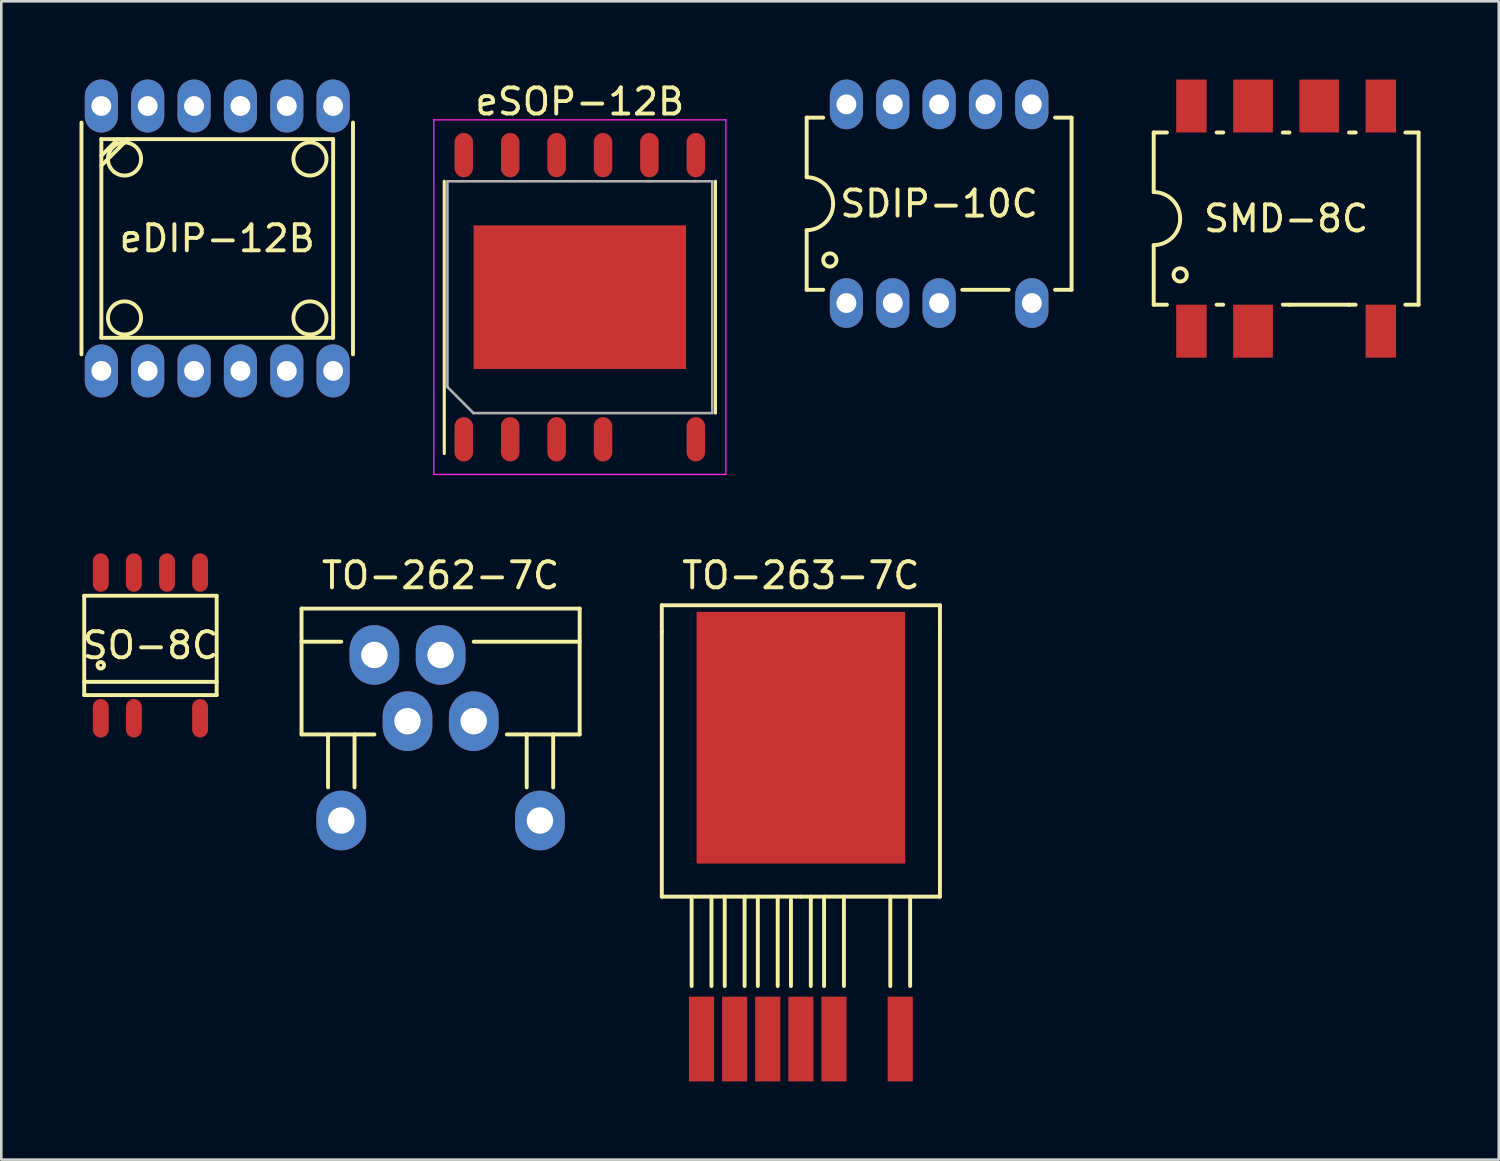
<source format=kicad_pcb>
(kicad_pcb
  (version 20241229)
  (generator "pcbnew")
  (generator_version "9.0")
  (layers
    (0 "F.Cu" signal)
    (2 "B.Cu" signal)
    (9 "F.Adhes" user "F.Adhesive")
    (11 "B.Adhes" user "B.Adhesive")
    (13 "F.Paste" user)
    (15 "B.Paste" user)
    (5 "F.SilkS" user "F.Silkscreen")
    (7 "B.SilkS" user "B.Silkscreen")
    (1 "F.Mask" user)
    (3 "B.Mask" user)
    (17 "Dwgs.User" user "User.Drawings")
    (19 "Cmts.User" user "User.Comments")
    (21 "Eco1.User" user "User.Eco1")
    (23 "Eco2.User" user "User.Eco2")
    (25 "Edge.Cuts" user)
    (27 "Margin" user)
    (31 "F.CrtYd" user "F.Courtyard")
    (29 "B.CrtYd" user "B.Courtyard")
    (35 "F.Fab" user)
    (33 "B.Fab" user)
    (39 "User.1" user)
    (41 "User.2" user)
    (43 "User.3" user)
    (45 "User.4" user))
  (footprint "TO-262-7C"
    (layer "F.Cu")
    (at 13.849 23.34)
    (property "Reference" "TO-262-7C" (at 0 -4.318 0) (layer "F.SilkS") (effects (font (size 1 1) (thickness 0.15))))
    (attr through_hole)
    (fp_line (start -5.334 -3.048) (end -5.334 1.778) (stroke (width 0.15) (type solid)) (layer "F.SilkS"))
    (fp_line (start -5.334 -1.778) (end -3.81 -1.778) (stroke (width 0.15) (type solid)) (layer "F.SilkS"))
    (fp_line (start -5.334 1.778) (end -2.54 1.778) (stroke (width 0.15) (type solid)) (layer "F.SilkS"))
    (fp_line (start -4.318 3.81) (end -4.318 1.778) (stroke (width 0.15) (type solid)) (layer "F.SilkS"))
    (fp_line (start -3.302 3.81) (end -3.302 1.778) (stroke (width 0.15) (type solid)) (layer "F.SilkS"))
    (fp_line (start 3.302 3.81) (end 3.302 1.778) (stroke (width 0.15) (type solid)) (layer "F.SilkS"))
    (fp_line (start 4.318 3.81) (end 4.318 1.778) (stroke (width 0.15) (type solid)) (layer "F.SilkS"))
    (fp_line (start 5.334 -3.048) (end -5.334 -3.048) (stroke (width 0.15) (type solid)) (layer "F.SilkS"))
    (fp_line (start 5.334 -3.048) (end 5.334 1.778) (stroke (width 0.15) (type solid)) (layer "F.SilkS"))
    (fp_line (start 5.334 -1.778) (end 1.27 -1.778) (stroke (width 0.15) (type solid)) (layer "F.SilkS"))
    (fp_line (start 5.334 1.778) (end 2.54 1.778) (stroke (width 0.15) (type solid)) (layer "F.SilkS"))
    (pad "1" thru_hole oval (at -3.81 5.08) (size 1.905 2.286) (drill 1.016) (layers "*.Cu" "*.Mask"))
    (pad "2" thru_hole oval (at -2.54 -1.27) (size 1.905 2.286) (drill 1.016) (layers "*.Cu" "*.Mask"))
    (pad "3" thru_hole oval (at -1.27 1.27) (size 1.905 2.286) (drill 1.016) (layers "*.Cu" "*.Mask"))
    (pad "4" thru_hole oval (at 0 -1.27) (size 1.905 2.286) (drill 1.016) (layers "*.Cu" "*.Mask"))
    (pad "5" thru_hole oval (at 1.27 1.27) (size 1.905 2.286) (drill 1.016) (layers "*.Cu" "*.Mask"))
    (pad "7" thru_hole oval (at 3.81 5.08) (size 1.905 2.286) (drill 1.016) (layers "*.Cu" "*.Mask")))
  (footprint "SMD-8C"
    (layer "F.Cu")
    (at 46.279 5.334)
    (property "Reference" "SMD-8C" (at 0 0 0) (layer "F.SilkS") (effects (font (size 1 1) (thickness 0.15))))
    (attr through_hole)
    (fp_line (start -5.08 -3.302) (end -5.08 -1.016) (stroke (width 0.15) (type solid)) (layer "F.SilkS"))
    (fp_line (start -5.08 -3.302) (end -4.572 -3.302) (stroke (width 0.15) (type solid)) (layer "F.SilkS"))
    (fp_line (start -5.08 1.016) (end -5.08 3.302) (stroke (width 0.15) (type solid)) (layer "F.SilkS"))
    (fp_line (start -5.08 3.302) (end -4.572 3.302) (stroke (width 0.15) (type solid)) (layer "F.SilkS"))
    (fp_line (start -2.667 -3.302) (end -2.413 -3.302) (stroke (width 0.15) (type solid)) (layer "F.SilkS"))
    (fp_line (start -2.667 3.302) (end -2.413 3.302) (stroke (width 0.15) (type solid)) (layer "F.SilkS"))
    (fp_line (start -0.127 -3.302) (end 0.127 -3.302) (stroke (width 0.15) (type solid)) (layer "F.SilkS"))
    (fp_line (start -0.127 3.302) (end 0.127 3.302) (stroke (width 0.15) (type solid)) (layer "F.SilkS"))
    (fp_line (start 0.127 3.302) (end 2.413 3.302) (stroke (width 0.15) (type solid)) (layer "F.SilkS"))
    (fp_line (start 2.413 -3.302) (end 2.667 -3.302) (stroke (width 0.15) (type solid)) (layer "F.SilkS"))
    (fp_line (start 2.413 3.302) (end 2.667 3.302) (stroke (width 0.15) (type solid)) (layer "F.SilkS"))
    (fp_line (start 5.08 -3.302) (end 4.572 -3.302) (stroke (width 0.15) (type solid)) (layer "F.SilkS"))
    (fp_line (start 5.08 -3.302) (end 5.08 3.302) (stroke (width 0.15) (type solid)) (layer "F.SilkS"))
    (fp_line (start 5.08 3.302) (end 4.572 3.302) (stroke (width 0.15) (type solid)) (layer "F.SilkS"))
    (fp_arc (start -5.08 -1.016) (mid -4.36158 -0.71842) (end -4.064 0) (stroke (width 0.15) (type solid)) (layer "F.SilkS"))
    (fp_arc (start -4.064 0) (mid -4.36158 0.71842) (end -5.08 1.016) (stroke (width 0.15) (type solid)) (layer "F.SilkS"))
    (fp_circle (center -4.064 2.159) (end -3.81 2.159) (stroke (width 0.15) (type solid)) (fill no) (layer "F.SilkS"))
    (pad "1" smd rect (at -3.632 4.318) (size 1.168 2.032) (layers "F.Cu" "F.Mask" "F.Paste"))
    (pad "2" smd rect (at -1.27 4.318) (size 1.524 2.032) (layers "F.Cu" "F.Mask" "F.Paste"))
    (pad "4" smd rect (at 3.632 4.318) (size 1.168 2.032) (layers "F.Cu" "F.Mask" "F.Paste"))
    (pad "5" smd rect (at 3.632 -4.318) (size 1.168 2.032) (layers "F.Cu" "F.Mask" "F.Paste"))
    (pad "6" smd rect (at 1.27 -4.318) (size 1.524 2.032) (layers "F.Cu" "F.Mask" "F.Paste"))
    (pad "7" smd rect (at -1.27 -4.318) (size 1.524 2.032) (layers "F.Cu" "F.Mask" "F.Paste"))
    (pad "8" smd rect (at -3.632 -4.318) (size 1.168 2.032) (layers "F.Cu" "F.Mask" "F.Paste")))
  (footprint "SO-8C"
    (layer "F.Cu")
    (at 2.72 21.704)
    (property "Reference" "SO-8C" (at 0 0 0) (layer "F.SilkS") (effects (font (size 1 1) (thickness 0.15))))
    (attr through_hole)
    (fp_line (start -2.54 -1.905) (end 2.54 -1.905) (stroke (width 0.15) (type solid)) (layer "F.SilkS"))
    (fp_line (start -2.54 1.397) (end 2.54 1.397) (stroke (width 0.15) (type solid)) (layer "F.SilkS"))
    (fp_line (start -2.54 1.905) (end -2.54 -1.905) (stroke (width 0.15) (type solid)) (layer "F.SilkS"))
    (fp_line (start -2.54 1.905) (end 2.54 1.905) (stroke (width 0.15) (type solid)) (layer "F.SilkS"))
    (fp_line (start 2.54 1.905) (end 2.54 -1.905) (stroke (width 0.15) (type solid)) (layer "F.SilkS"))
    (fp_circle (center -1.905 0.762) (end -1.778 0.762) (stroke (width 0.15) (type solid)) (fill no) (layer "F.SilkS"))
    (pad "1" smd oval (at -1.905 2.794) (size 0.61 1.473) (layers "F.Cu" "F.Mask" "F.Paste"))
    (pad "2" smd oval (at -0.635 2.794) (size 0.61 1.473) (layers "F.Cu" "F.Mask" "F.Paste"))
    (pad "4" smd oval (at 1.905 2.794) (size 0.61 1.473) (layers "F.Cu" "F.Mask" "F.Paste"))
    (pad "5" smd oval (at 1.905 -2.794) (size 0.61 1.473) (layers "F.Cu" "F.Mask" "F.Paste"))
    (pad "6" smd oval (at 0.635 -2.794) (size 0.61 1.473) (layers "F.Cu" "F.Mask" "F.Paste"))
    (pad "7" smd oval (at -0.635 -2.794) (size 0.61 1.473) (layers "F.Cu" "F.Mask" "F.Paste"))
    (pad "8" smd oval (at -1.905 -2.794) (size 0.61 1.473) (layers "F.Cu" "F.Mask" "F.Paste")))
  (footprint "SDIP-10C"
    (layer "F.Cu")
    (at 32.969 4.763)
    (property "Reference" "SDIP-10C" (at 0 0 0) (layer "F.SilkS") (effects (font (size 1 1) (thickness 0.15))))
    (attr through_hole)
    (fp_line (start -5.08 -3.302) (end -5.08 -1.016) (stroke (width 0.15) (type solid)) (layer "F.SilkS"))
    (fp_line (start -5.08 -3.302) (end -4.445 -3.302) (stroke (width 0.15) (type solid)) (layer "F.SilkS"))
    (fp_line (start -5.08 1.016) (end -5.08 3.302) (stroke (width 0.15) (type solid)) (layer "F.SilkS"))
    (fp_line (start -5.08 3.302) (end -4.445 3.302) (stroke (width 0.15) (type solid)) (layer "F.SilkS"))
    (fp_line (start 2.667 3.302) (end 0.889 3.302) (stroke (width 0.15) (type solid)) (layer "F.SilkS"))
    (fp_line (start 5.08 -3.302) (end 4.445 -3.302) (stroke (width 0.15) (type solid)) (layer "F.SilkS"))
    (fp_line (start 5.08 3.302) (end 4.445 3.302) (stroke (width 0.15) (type solid)) (layer "F.SilkS"))
    (fp_line (start 5.08 3.302) (end 5.08 -3.302) (stroke (width 0.15) (type solid)) (layer "F.SilkS"))
    (fp_arc (start -5.08 -1.016) (mid -4.36158 -0.71842) (end -4.064 0) (stroke (width 0.15) (type solid)) (layer "F.SilkS"))
    (fp_arc (start -4.064 0) (mid -4.36158 0.71842) (end -5.08 1.016) (stroke (width 0.15) (type solid)) (layer "F.SilkS"))
    (fp_circle (center -4.191 2.159) (end -3.937 2.159) (stroke (width 0.15) (type solid)) (fill no) (layer "F.SilkS"))
    (pad "1" thru_hole oval (at -3.556 3.81) (size 1.27 1.905) (drill 0.762) (layers "*.Cu" "*.Mask"))
    (pad "2" thru_hole oval (at -1.778 3.81) (size 1.27 1.905) (drill 0.762) (layers "*.Cu" "*.Mask"))
    (pad "3" thru_hole oval (at 0 3.81) (size 1.27 1.905) (drill 0.762) (layers "*.Cu" "*.Mask"))
    (pad "5" thru_hole oval (at 3.556 3.81) (size 1.27 1.905) (drill 0.762) (layers "*.Cu" "*.Mask"))
    (pad "6" thru_hole oval (at 3.556 -3.81) (size 1.27 1.905) (drill 0.762) (layers "*.Cu" "*.Mask"))
    (pad "7" thru_hole oval (at 1.778 -3.81) (size 1.27 1.905) (drill 0.762) (layers "*.Cu" "*.Mask"))
    (pad "8" thru_hole oval (at 0 -3.81) (size 1.27 1.905) (drill 0.762) (layers "*.Cu" "*.Mask"))
    (pad "9" thru_hole oval (at -1.778 -3.81) (size 1.27 1.905) (drill 0.762) (layers "*.Cu" "*.Mask"))
    (pad "10" thru_hole oval (at -3.556 -3.81) (size 1.27 1.905) (drill 0.762) (layers "*.Cu" "*.Mask")))
  (footprint "eDIP-12B"
    (layer "F.Cu")
    (at 5.282 6.096)
    (property "Reference" "eDIP-12B" (at 0 0 0) (layer "F.SilkS") (effects (font (size 1 1) (thickness 0.15))))
    (attr through_hole)
    (fp_line (start -5.207 4.445) (end -5.207 -4.445) (stroke (width 0.15) (type solid)) (layer "F.SilkS"))
    (fp_line (start -4.445 -3.81) (end -4.445 3.81) (stroke (width 0.15) (type solid)) (layer "F.SilkS"))
    (fp_line (start -4.445 -2.794) (end -3.429 -3.81) (stroke (width 0.15) (type solid)) (layer "F.SilkS"))
    (fp_line (start -4.445 3.81) (end 4.445 3.81) (stroke (width 0.15) (type solid)) (layer "F.SilkS"))
    (fp_line (start -3.81 -3.81) (end -4.445 -3.175) (stroke (width 0.15) (type solid)) (layer "F.SilkS"))
    (fp_line (start 4.445 -3.81) (end -4.445 -3.81) (stroke (width 0.15) (type solid)) (layer "F.SilkS"))
    (fp_line (start 4.445 3.81) (end 4.445 -3.81) (stroke (width 0.15) (type solid)) (layer "F.SilkS"))
    (fp_line (start 5.207 -4.445) (end 5.207 4.445) (stroke (width 0.15) (type solid)) (layer "F.SilkS"))
    (fp_circle (center -3.556 -3.048) (end -3.556 -3.683) (stroke (width 0.15) (type solid)) (fill no) (layer "F.SilkS"))
    (fp_circle (center -3.556 3.048) (end -3.556 3.683) (stroke (width 0.15) (type solid)) (fill no) (layer "F.SilkS"))
    (fp_circle (center 3.556 -3.048) (end 4.191 -3.048) (stroke (width 0.15) (type solid)) (fill no) (layer "F.SilkS"))
    (fp_circle (center 3.556 3.048) (end 4.191 3.048) (stroke (width 0.15) (type solid)) (fill no) (layer "F.SilkS"))
    (pad "1" thru_hole oval (at -4.445 -5.08) (size 1.27 2.032) (drill 0.762) (layers "*.Cu" "*.Mask"))
    (pad "2" thru_hole oval (at -2.667 -5.08) (size 1.27 2.032) (drill 0.762) (layers "*.Cu" "*.Mask"))
    (pad "3" thru_hole oval (at -0.889 -5.08) (size 1.27 2.032) (drill 0.762) (layers "*.Cu" "*.Mask"))
    (pad "4" thru_hole oval (at 0.889 -5.08) (size 1.27 2.032) (drill 0.762) (layers "*.Cu" "*.Mask"))
    (pad "5" thru_hole oval (at 2.667 -5.08) (size 1.27 2.032) (drill 0.762) (layers "*.Cu" "*.Mask"))
    (pad "6" thru_hole oval (at 4.445 -5.08) (size 1.27 2.032) (drill 0.762) (layers "*.Cu" "*.Mask"))
    (pad "7" thru_hole oval (at 4.445 5.08) (size 1.27 2.032) (drill 0.762) (layers "*.Cu" "*.Mask"))
    (pad "8" thru_hole oval (at 2.667 5.08) (size 1.27 2.032) (drill 0.762) (layers "*.Cu" "*.Mask"))
    (pad "9" thru_hole oval (at 0.889 5.08) (size 1.27 2.032) (drill 0.762) (layers "*.Cu" "*.Mask"))
    (pad "10" thru_hole oval (at -0.889 5.08) (size 1.27 2.032) (drill 0.762) (layers "*.Cu" "*.Mask"))
    (pad "11" thru_hole oval (at -2.667 5.08) (size 1.27 2.032) (drill 0.762) (layers "*.Cu" "*.Mask"))
    (pad "12" thru_hole oval (at -4.445 5.08) (size 1.27 2.032) (drill 0.762) (layers "*.Cu" "*.Mask")))
  (footprint "TO-263-7C"
    (layer "F.Cu")
    (at 27.667 36.801)
    (property "Reference" "TO-263-7C" (at 0 -17.78 0) (layer "F.SilkS") (effects (font (size 1 1) (thickness 0.15))))
    (attr through_hole)
    (fp_line (start -5.334 -16.637) (end -5.334 -15.621) (stroke (width 0.15) (type solid)) (layer "F.SilkS"))
    (fp_line (start -5.334 -16.637) (end 5.334 -16.637) (stroke (width 0.15) (type solid)) (layer "F.SilkS"))
    (fp_line (start -5.334 -5.461) (end -5.334 -15.621) (stroke (width 0.15) (type solid)) (layer "F.SilkS"))
    (fp_line (start -4.191 -2.032) (end -4.191 -5.461) (stroke (width 0.15) (type solid)) (layer "F.SilkS"))
    (fp_line (start -3.429 -2.032) (end -3.429 -5.461) (stroke (width 0.15) (type solid)) (layer "F.SilkS"))
    (fp_line (start -2.921 -2.032) (end -2.921 -5.461) (stroke (width 0.15) (type solid)) (layer "F.SilkS"))
    (fp_line (start -2.159 -2.032) (end -2.159 -5.461) (stroke (width 0.15) (type solid)) (layer "F.SilkS"))
    (fp_line (start -1.651 -2.032) (end -1.651 -5.461) (stroke (width 0.15) (type solid)) (layer "F.SilkS"))
    (fp_line (start -0.889 -2.032) (end -0.889 -5.461) (stroke (width 0.15) (type solid)) (layer "F.SilkS"))
    (fp_line (start -0.381 -2.032) (end -0.381 -5.334) (stroke (width 0.15) (type solid)) (layer "F.SilkS"))
    (fp_line (start 0 -5.461) (end -5.334 -5.461) (stroke (width 0.15) (type solid)) (layer "F.SilkS"))
    (fp_line (start 0 -5.461) (end 5.334 -5.461) (stroke (width 0.15) (type solid)) (layer "F.SilkS"))
    (fp_line (start 0.381 -2.032) (end 0.381 -5.461) (stroke (width 0.15) (type solid)) (layer "F.SilkS"))
    (fp_line (start 0.889 -2.032) (end 0.889 -5.461) (stroke (width 0.15) (type solid)) (layer "F.SilkS"))
    (fp_line (start 1.651 -2.032) (end 1.651 -5.461) (stroke (width 0.15) (type solid)) (layer "F.SilkS"))
    (fp_line (start 3.429 -2.032) (end 3.429 -5.461) (stroke (width 0.15) (type solid)) (layer "F.SilkS"))
    (fp_line (start 4.191 -2.032) (end 4.191 -5.461) (stroke (width 0.15) (type solid)) (layer "F.SilkS"))
    (fp_line (start 5.334 -16.637) (end 5.334 -15.621) (stroke (width 0.15) (type solid)) (layer "F.SilkS"))
    (fp_line (start 5.334 -5.461) (end 5.334 -15.621) (stroke (width 0.15) (type solid)) (layer "F.SilkS"))
    (pad "1" smd rect (at -3.81 0) (size 0.965 3.251) (layers "F.Cu" "F.Mask" "F.Paste"))
    (pad "2" smd rect (at -2.54 0) (size 0.965 3.251) (layers "F.Cu" "F.Mask" "F.Paste"))
    (pad "3" smd rect (at -1.27 0) (size 0.965 3.251) (layers "F.Cu" "F.Mask" "F.Paste"))
    (pad "4" smd rect (at 0 0) (size 0.965 3.251) (layers "F.Cu" "F.Mask" "F.Paste"))
    (pad "5" smd rect (at 1.27 0) (size 0.965 3.251) (layers "F.Cu" "F.Mask" "F.Paste"))
    (pad "7" smd rect (at 3.81 0) (size 0.965 3.251) (layers "F.Cu" "F.Mask" "F.Paste"))
    (pad "8" smd rect (at 0 -11.557) (size 8.001 9.652) (layers "F.Cu" "F.Mask" "F.Paste")))
  (footprint "eSOP-12B"
    (layer "F.Cu")
    (at 19.189 8.348)
    (property "Reference" "eSOP-12B" (at 0 -7.5 0) (layer "F.SilkS") (effects (font (size 1 1) (thickness 0.15))))
    (attr smd)
    (fp_line (start -5.2 -4.445) (end -5.2 6) (stroke (width 0.12) (type solid)) (layer "F.SilkS"))
    (fp_line (start 5.2 4.445) (end 5.2 -4.445) (stroke (width 0.12) (type solid)) (layer "F.SilkS"))
    (fp_line (start -5.6 -6.8) (end 5.6 -6.8) (stroke (width 0.05) (type solid)) (layer "F.CrtYd"))
    (fp_line (start -5.6 6.8) (end -5.6 -6.8) (stroke (width 0.05) (type solid)) (layer "F.CrtYd"))
    (fp_line (start 5.6 -6.8) (end 5.6 6.8) (stroke (width 0.05) (type solid)) (layer "F.CrtYd"))
    (fp_line (start 5.6 6.8) (end -5.6 6.8) (stroke (width 0.05) (type solid)) (layer "F.CrtYd"))
    (fp_line (start -5.08 -4.445) (end -5.08 3.445) (stroke (width 0.1) (type solid)) (layer "F.Fab"))
    (fp_line (start -4.08 4.445) (end -5.08 3.445) (stroke (width 0.1) (type solid)) (layer "F.Fab"))
    (fp_line (start -4.08 4.445) (end 5.08 4.445) (stroke (width 0.1) (type solid)) (layer "F.Fab"))
    (fp_line (start 5.08 -4.445) (end -5.08 -4.445) (stroke (width 0.1) (type solid)) (layer "F.Fab"))
    (fp_line (start 5.08 4.445) (end 5.08 -4.445) (stroke (width 0.1) (type solid)) (layer "F.Fab"))
    (pad "1" smd oval (at -4.45 5.45) (size 0.71 1.7) (layers "F.Cu" "F.Mask" "F.Paste"))
    (pad "2" smd oval (at -2.67 5.45) (size 0.71 1.7) (layers "F.Cu" "F.Mask" "F.Paste"))
    (pad "3" smd oval (at -0.89 5.45) (size 0.71 1.7) (layers "F.Cu" "F.Mask" "F.Paste"))
    (pad "4" smd oval (at 0.89 5.45) (size 0.71 1.7) (layers "F.Cu" "F.Mask" "F.Paste"))
    (pad "6" smd oval (at 4.45 5.45) (size 0.71 1.7) (layers "F.Cu" "F.Mask" "F.Paste"))
    (pad "7" smd oval (at 4.45 -5.45) (size 0.71 1.7) (layers "F.Cu" "F.Mask" "F.Paste"))
    (pad "8" smd oval (at 2.67 -5.45) (size 0.71 1.7) (layers "F.Cu" "F.Mask" "F.Paste"))
    (pad "9" smd oval (at 0.89 -5.45) (size 0.71 1.7) (layers "F.Cu" "F.Mask" "F.Paste"))
    (pad "10" smd oval (at -0.89 -5.45) (size 0.71 1.7) (layers "F.Cu" "F.Mask" "F.Paste"))
    (pad "11" smd oval (at -2.67 -5.45) (size 0.71 1.7) (layers "F.Cu" "F.Mask" "F.Paste"))
    (pad "12" smd oval (at -4.45 -5.45) (size 0.71 1.7) (layers "F.Cu" "F.Mask" "F.Paste"))
    (pad "13" smd rect (at 0 0) (size 8.15 5.51) (layers "F.Cu" "F.Mask" "F.Paste")))
  (gr_rect
    (start -3 -3)
    (end 54.434 41.427)
    (stroke (width 0.1) (type default))
    (fill no)
    (layer "Edge.Cuts")))
</source>
